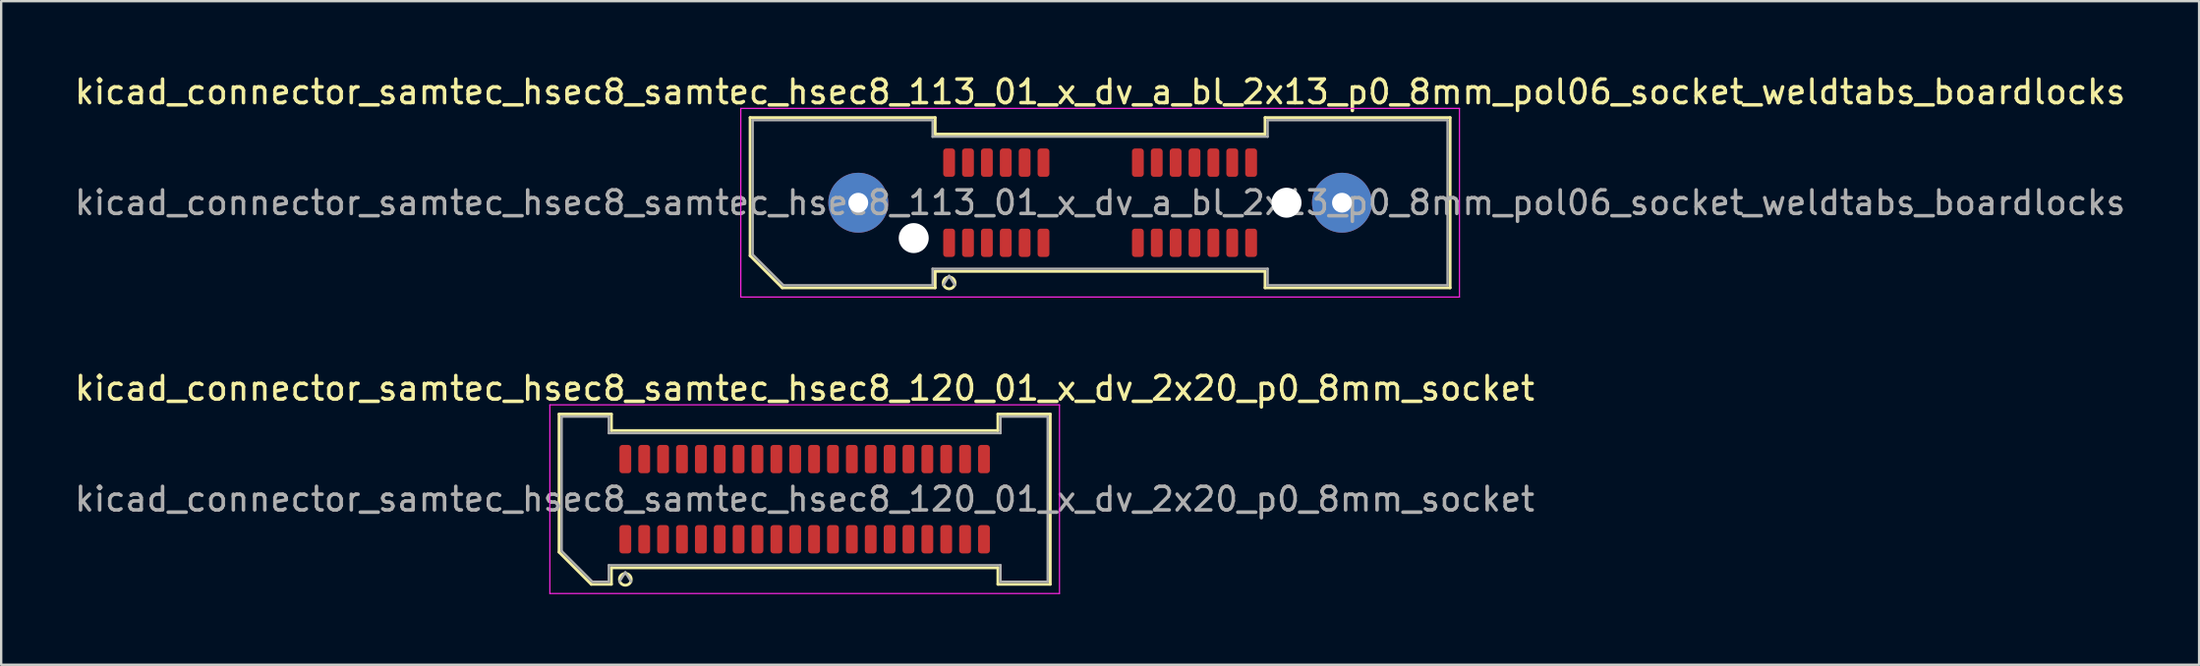
<source format=kicad_pcb>
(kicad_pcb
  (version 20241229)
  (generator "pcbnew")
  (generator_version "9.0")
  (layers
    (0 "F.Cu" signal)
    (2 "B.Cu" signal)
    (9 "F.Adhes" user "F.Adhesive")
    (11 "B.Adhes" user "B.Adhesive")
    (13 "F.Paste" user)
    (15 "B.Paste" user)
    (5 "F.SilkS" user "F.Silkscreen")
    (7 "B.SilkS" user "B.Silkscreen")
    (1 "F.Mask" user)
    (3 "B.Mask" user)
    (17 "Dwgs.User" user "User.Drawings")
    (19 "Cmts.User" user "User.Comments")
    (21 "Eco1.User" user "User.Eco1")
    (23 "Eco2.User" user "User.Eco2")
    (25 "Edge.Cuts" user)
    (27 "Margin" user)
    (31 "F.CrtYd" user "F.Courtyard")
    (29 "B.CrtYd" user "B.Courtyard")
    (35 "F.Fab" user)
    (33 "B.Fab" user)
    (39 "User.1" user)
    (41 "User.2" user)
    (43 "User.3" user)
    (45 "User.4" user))
  (footprint "kicad_connector_samtec_hsec8_samtec_hsec8_120_01_x_dv_2x20_p0_8mm_socket"
    (layer "F.Cu")
    (at 31.054 18.122)
    (property "Reference" "kicad_connector_samtec_hsec8_samtec_hsec8_120_01_x_dv_2x20_p0_8mm_socket" (at 0 -4.7 0) (layer "F.SilkS") (effects (font (size 1 1) (thickness 0.15))))
    (attr smd)
    (fp_line (start -10.41 -3.61) (end -8.19 -3.61) (stroke (width 0.12) (type solid)) (layer "F.SilkS"))
    (fp_line (start -10.41 2.246) (end -10.41 -3.61) (stroke (width 0.12) (type solid)) (layer "F.SilkS"))
    (fp_line (start -9.046 3.61) (end -10.41 2.246) (stroke (width 0.12) (type solid)) (layer "F.SilkS"))
    (fp_line (start -8.19 -3.61) (end -8.19 -2.91) (stroke (width 0.12) (type solid)) (layer "F.SilkS"))
    (fp_line (start -8.19 -2.91) (end 8.19 -2.91) (stroke (width 0.12) (type solid)) (layer "F.SilkS"))
    (fp_line (start -8.19 2.91) (end -8.19 3.61) (stroke (width 0.12) (type solid)) (layer "F.SilkS"))
    (fp_line (start -8.19 3.61) (end -9.046 3.61) (stroke (width 0.12) (type solid)) (layer "F.SilkS"))
    (fp_line (start 8.19 -3.61) (end 10.41 -3.61) (stroke (width 0.12) (type solid)) (layer "F.SilkS"))
    (fp_line (start 8.19 -2.91) (end 8.19 -3.61) (stroke (width 0.12) (type solid)) (layer "F.SilkS"))
    (fp_line (start 8.19 2.91) (end -8.19 2.91) (stroke (width 0.12) (type solid)) (layer "F.SilkS"))
    (fp_line (start 8.19 3.61) (end 8.19 2.91) (stroke (width 0.12) (type solid)) (layer "F.SilkS"))
    (fp_line (start 10.41 -3.61) (end 10.41 3.61) (stroke (width 0.12) (type solid)) (layer "F.SilkS"))
    (fp_line (start 10.41 3.61) (end 8.19 3.61) (stroke (width 0.12) (type solid)) (layer "F.SilkS"))
    (fp_arc (start -7.35 3.4) (mid -7.85 3.4) (end -7.35 3.4) (stroke (width 0.12) (type solid)) (layer "F.SilkS"))
    (fp_line (start -10.8 -4) (end -10.8 4) (stroke (width 0.05) (type solid)) (layer "F.CrtYd"))
    (fp_line (start -10.8 4) (end 10.8 4) (stroke (width 0.05) (type solid)) (layer "F.CrtYd"))
    (fp_line (start 10.8 -4) (end -10.8 -4) (stroke (width 0.05) (type solid)) (layer "F.CrtYd"))
    (fp_line (start 10.8 4) (end 10.8 -4) (stroke (width 0.05) (type solid)) (layer "F.CrtYd"))
    (fp_line (start -10.3 -3.5) (end -8.3 -3.5) (stroke (width 0.1) (type solid)) (layer "F.Fab"))
    (fp_line (start -10.3 2.2) (end -10.3 -3.5) (stroke (width 0.1) (type solid)) (layer "F.Fab"))
    (fp_line (start -9 3.5) (end -10.3 2.2) (stroke (width 0.1) (type solid)) (layer "F.Fab"))
    (fp_line (start -8.3 -3.5) (end -8.3 -2.8) (stroke (width 0.1) (type solid)) (layer "F.Fab"))
    (fp_line (start -8.3 -2.8) (end 8.3 -2.8) (stroke (width 0.1) (type solid)) (layer "F.Fab"))
    (fp_line (start -8.3 2.8) (end -8.3 3.5) (stroke (width 0.1) (type solid)) (layer "F.Fab"))
    (fp_line (start -8.3 3.5) (end -9 3.5) (stroke (width 0.1) (type solid)) (layer "F.Fab"))
    (fp_line (start -7.6 3.1) (end -7.85 3.5) (stroke (width 0.1) (type solid)) (layer "F.Fab"))
    (fp_line (start -7.6 3.1) (end -7.35 3.5) (stroke (width 0.1) (type solid)) (layer "F.Fab"))
    (fp_line (start 8.3 -3.5) (end 10.3 -3.5) (stroke (width 0.1) (type solid)) (layer "F.Fab"))
    (fp_line (start 8.3 -2.8) (end 8.3 -3.5) (stroke (width 0.1) (type solid)) (layer "F.Fab"))
    (fp_line (start 8.3 2.8) (end -8.3 2.8) (stroke (width 0.1) (type solid)) (layer "F.Fab"))
    (fp_line (start 8.3 3.5) (end 8.3 2.8) (stroke (width 0.1) (type solid)) (layer "F.Fab"))
    (fp_line (start 10.3 -3.5) (end 10.3 3.5) (stroke (width 0.1) (type solid)) (layer "F.Fab"))
    (fp_line (start 10.3 3.5) (end 8.3 3.5) (stroke (width 0.1) (type solid)) (layer "F.Fab"))
    (fp_text user "${REFERENCE}" (at 0 0 0) (layer "F.Fab") (effects (font (size 1 1) (thickness 0.15))))
    (pad "1" smd roundrect (at -7.6 1.7) (size 0.5 1.2) (layers "F.Cu" "F.Mask" "F.Paste") (roundrect_rratio 0.25))
    (pad "2" smd roundrect (at -7.6 -1.7) (size 0.5 1.2) (layers "F.Cu" "F.Mask" "F.Paste") (roundrect_rratio 0.25))
    (pad "3" smd roundrect (at -6.8 1.7) (size 0.5 1.2) (layers "F.Cu" "F.Mask" "F.Paste") (roundrect_rratio 0.25))
    (pad "4" smd roundrect (at -6.8 -1.7) (size 0.5 1.2) (layers "F.Cu" "F.Mask" "F.Paste") (roundrect_rratio 0.25))
    (pad "5" smd roundrect (at -6 1.7) (size 0.5 1.2) (layers "F.Cu" "F.Mask" "F.Paste") (roundrect_rratio 0.25))
    (pad "6" smd roundrect (at -6 -1.7) (size 0.5 1.2) (layers "F.Cu" "F.Mask" "F.Paste") (roundrect_rratio 0.25))
    (pad "7" smd roundrect (at -5.2 1.7) (size 0.5 1.2) (layers "F.Cu" "F.Mask" "F.Paste") (roundrect_rratio 0.25))
    (pad "8" smd roundrect (at -5.2 -1.7) (size 0.5 1.2) (layers "F.Cu" "F.Mask" "F.Paste") (roundrect_rratio 0.25))
    (pad "9" smd roundrect (at -4.4 1.7) (size 0.5 1.2) (layers "F.Cu" "F.Mask" "F.Paste") (roundrect_rratio 0.25))
    (pad "10" smd roundrect (at -4.4 -1.7) (size 0.5 1.2) (layers "F.Cu" "F.Mask" "F.Paste") (roundrect_rratio 0.25))
    (pad "11" smd roundrect (at -3.6 1.7) (size 0.5 1.2) (layers "F.Cu" "F.Mask" "F.Paste") (roundrect_rratio 0.25))
    (pad "12" smd roundrect (at -3.6 -1.7) (size 0.5 1.2) (layers "F.Cu" "F.Mask" "F.Paste") (roundrect_rratio 0.25))
    (pad "13" smd roundrect (at -2.8 1.7) (size 0.5 1.2) (layers "F.Cu" "F.Mask" "F.Paste") (roundrect_rratio 0.25))
    (pad "14" smd roundrect (at -2.8 -1.7) (size 0.5 1.2) (layers "F.Cu" "F.Mask" "F.Paste") (roundrect_rratio 0.25))
    (pad "15" smd roundrect (at -2 1.7) (size 0.5 1.2) (layers "F.Cu" "F.Mask" "F.Paste") (roundrect_rratio 0.25))
    (pad "16" smd roundrect (at -2 -1.7) (size 0.5 1.2) (layers "F.Cu" "F.Mask" "F.Paste") (roundrect_rratio 0.25))
    (pad "17" smd roundrect (at -1.2 1.7) (size 0.5 1.2) (layers "F.Cu" "F.Mask" "F.Paste") (roundrect_rratio 0.25))
    (pad "18" smd roundrect (at -1.2 -1.7) (size 0.5 1.2) (layers "F.Cu" "F.Mask" "F.Paste") (roundrect_rratio 0.25))
    (pad "19" smd roundrect (at -0.4 1.7) (size 0.5 1.2) (layers "F.Cu" "F.Mask" "F.Paste") (roundrect_rratio 0.25))
    (pad "20" smd roundrect (at -0.4 -1.7) (size 0.5 1.2) (layers "F.Cu" "F.Mask" "F.Paste") (roundrect_rratio 0.25))
    (pad "21" smd roundrect (at 0.4 1.7) (size 0.5 1.2) (layers "F.Cu" "F.Mask" "F.Paste") (roundrect_rratio 0.25))
    (pad "22" smd roundrect (at 0.4 -1.7) (size 0.5 1.2) (layers "F.Cu" "F.Mask" "F.Paste") (roundrect_rratio 0.25))
    (pad "23" smd roundrect (at 1.2 1.7) (size 0.5 1.2) (layers "F.Cu" "F.Mask" "F.Paste") (roundrect_rratio 0.25))
    (pad "24" smd roundrect (at 1.2 -1.7) (size 0.5 1.2) (layers "F.Cu" "F.Mask" "F.Paste") (roundrect_rratio 0.25))
    (pad "25" smd roundrect (at 2 1.7) (size 0.5 1.2) (layers "F.Cu" "F.Mask" "F.Paste") (roundrect_rratio 0.25))
    (pad "26" smd roundrect (at 2 -1.7) (size 0.5 1.2) (layers "F.Cu" "F.Mask" "F.Paste") (roundrect_rratio 0.25))
    (pad "27" smd roundrect (at 2.8 1.7) (size 0.5 1.2) (layers "F.Cu" "F.Mask" "F.Paste") (roundrect_rratio 0.25))
    (pad "28" smd roundrect (at 2.8 -1.7) (size 0.5 1.2) (layers "F.Cu" "F.Mask" "F.Paste") (roundrect_rratio 0.25))
    (pad "29" smd roundrect (at 3.6 1.7) (size 0.5 1.2) (layers "F.Cu" "F.Mask" "F.Paste") (roundrect_rratio 0.25))
    (pad "30" smd roundrect (at 3.6 -1.7) (size 0.5 1.2) (layers "F.Cu" "F.Mask" "F.Paste") (roundrect_rratio 0.25))
    (pad "31" smd roundrect (at 4.4 1.7) (size 0.5 1.2) (layers "F.Cu" "F.Mask" "F.Paste") (roundrect_rratio 0.25))
    (pad "32" smd roundrect (at 4.4 -1.7) (size 0.5 1.2) (layers "F.Cu" "F.Mask" "F.Paste") (roundrect_rratio 0.25))
    (pad "33" smd roundrect (at 5.2 1.7) (size 0.5 1.2) (layers "F.Cu" "F.Mask" "F.Paste") (roundrect_rratio 0.25))
    (pad "34" smd roundrect (at 5.2 -1.7) (size 0.5 1.2) (layers "F.Cu" "F.Mask" "F.Paste") (roundrect_rratio 0.25))
    (pad "35" smd roundrect (at 6 1.7) (size 0.5 1.2) (layers "F.Cu" "F.Mask" "F.Paste") (roundrect_rratio 0.25))
    (pad "36" smd roundrect (at 6 -1.7) (size 0.5 1.2) (layers "F.Cu" "F.Mask" "F.Paste") (roundrect_rratio 0.25))
    (pad "37" smd roundrect (at 6.8 1.7) (size 0.5 1.2) (layers "F.Cu" "F.Mask" "F.Paste") (roundrect_rratio 0.25))
    (pad "38" smd roundrect (at 6.8 -1.7) (size 0.5 1.2) (layers "F.Cu" "F.Mask" "F.Paste") (roundrect_rratio 0.25))
    (pad "39" smd roundrect (at 7.6 1.7) (size 0.5 1.2) (layers "F.Cu" "F.Mask" "F.Paste") (roundrect_rratio 0.25))
    (pad "40" smd roundrect (at 7.6 -1.7) (size 0.5 1.2) (layers "F.Cu" "F.Mask" "F.Paste") (roundrect_rratio 0.25)))
  (footprint "kicad_connector_samtec_hsec8_samtec_hsec8_113_01_x_dv_a_bl_2x13_p0_8mm_pol06_socket_weldtabs_boardlocks"
    (layer "F.Cu")
    (at 43.577 5.548)
    (property "Reference" "kicad_connector_samtec_hsec8_samtec_hsec8_113_01_x_dv_a_bl_2x13_p0_8mm_pol06_socket_weldtabs_boardlocks" (at 0 -4.7 0) (layer "F.SilkS") (effects (font (size 1 1) (thickness 0.15))))
    (attr smd)
    (fp_line (start -14.835 -3.61) (end -6.99 -3.61) (stroke (width 0.12) (type solid)) (layer "F.SilkS"))
    (fp_line (start -14.835 2.246) (end -14.835 -3.61) (stroke (width 0.12) (type solid)) (layer "F.SilkS"))
    (fp_line (start -13.471 3.61) (end -14.835 2.246) (stroke (width 0.12) (type solid)) (layer "F.SilkS"))
    (fp_line (start -6.99 -3.61) (end -6.99 -2.91) (stroke (width 0.12) (type solid)) (layer "F.SilkS"))
    (fp_line (start -6.99 -2.91) (end 6.99 -2.91) (stroke (width 0.12) (type solid)) (layer "F.SilkS"))
    (fp_line (start -6.99 2.91) (end -6.99 3.61) (stroke (width 0.12) (type solid)) (layer "F.SilkS"))
    (fp_line (start -6.99 3.61) (end -13.471 3.61) (stroke (width 0.12) (type solid)) (layer "F.SilkS"))
    (fp_line (start 6.99 -3.61) (end 14.835 -3.61) (stroke (width 0.12) (type solid)) (layer "F.SilkS"))
    (fp_line (start 6.99 -2.91) (end 6.99 -3.61) (stroke (width 0.12) (type solid)) (layer "F.SilkS"))
    (fp_line (start 6.99 2.91) (end -6.99 2.91) (stroke (width 0.12) (type solid)) (layer "F.SilkS"))
    (fp_line (start 6.99 3.61) (end 6.99 2.91) (stroke (width 0.12) (type solid)) (layer "F.SilkS"))
    (fp_line (start 14.835 -3.61) (end 14.835 3.61) (stroke (width 0.12) (type solid)) (layer "F.SilkS"))
    (fp_line (start 14.835 3.61) (end 6.99 3.61) (stroke (width 0.12) (type solid)) (layer "F.SilkS"))
    (fp_circle (center -6.4 3.4) (end -6.15 3.4) (stroke (width 0.12) (type solid)) (fill no) (layer "F.SilkS"))
    (fp_line (start -15.23 -4) (end -15.23 4) (stroke (width 0.05) (type solid)) (layer "F.CrtYd"))
    (fp_line (start -15.23 4) (end 15.23 4) (stroke (width 0.05) (type solid)) (layer "F.CrtYd"))
    (fp_line (start 15.23 -4) (end -15.23 -4) (stroke (width 0.05) (type solid)) (layer "F.CrtYd"))
    (fp_line (start 15.23 4) (end 15.23 -4) (stroke (width 0.05) (type solid)) (layer "F.CrtYd"))
    (fp_line (start -14.725 -3.5) (end -7.1 -3.5) (stroke (width 0.1) (type solid)) (layer "F.Fab"))
    (fp_line (start -14.725 2.2) (end -14.725 -3.5) (stroke (width 0.1) (type solid)) (layer "F.Fab"))
    (fp_line (start -13.425 3.5) (end -14.725 2.2) (stroke (width 0.1) (type solid)) (layer "F.Fab"))
    (fp_line (start -7.1 -3.5) (end -7.1 -2.8) (stroke (width 0.1) (type solid)) (layer "F.Fab"))
    (fp_line (start -7.1 -2.8) (end 7.1 -2.8) (stroke (width 0.1) (type solid)) (layer "F.Fab"))
    (fp_line (start -7.1 2.8) (end -7.1 3.5) (stroke (width 0.1) (type solid)) (layer "F.Fab"))
    (fp_line (start -7.1 3.5) (end -13.425 3.5) (stroke (width 0.1) (type solid)) (layer "F.Fab"))
    (fp_line (start -6.4 3.1) (end -6.65 3.5) (stroke (width 0.1) (type solid)) (layer "F.Fab"))
    (fp_line (start -6.4 3.1) (end -6.15 3.5) (stroke (width 0.1) (type solid)) (layer "F.Fab"))
    (fp_line (start 7.1 -3.5) (end 14.725 -3.5) (stroke (width 0.1) (type solid)) (layer "F.Fab"))
    (fp_line (start 7.1 -2.8) (end 7.1 -3.5) (stroke (width 0.1) (type solid)) (layer "F.Fab"))
    (fp_line (start 7.1 2.8) (end -7.1 2.8) (stroke (width 0.1) (type solid)) (layer "F.Fab"))
    (fp_line (start 7.1 3.5) (end 7.1 2.8) (stroke (width 0.1) (type solid)) (layer "F.Fab"))
    (fp_line (start 14.725 -3.5) (end 14.725 3.5) (stroke (width 0.1) (type solid)) (layer "F.Fab"))
    (fp_line (start 14.725 3.5) (end 7.1 3.5) (stroke (width 0.1) (type solid)) (layer "F.Fab"))
    (fp_text user "${REFERENCE}" (at 0 0 0) (layer "F.Fab") (effects (font (size 1 1) (thickness 0.15))))
    (pad "" thru_hole circle (at -10.25 0) (size 2.54 2.54) (drill 0.84) (layers "*.Cu" "*.Mask" "F.Paste"))
    (pad "" np_thru_hole circle (at -7.9 1.5) (size 1.27 1.27) (drill 1.27) (layers "*.Cu" "*.Mask"))
    (pad "" np_thru_hole circle (at 7.9 0) (size 1.27 1.27) (drill 1.27) (layers "*.Cu" "*.Mask"))
    (pad "" thru_hole circle (at 10.25 0) (size 2.54 2.54) (drill 0.84) (layers "*.Cu" "*.Mask" "F.Paste"))
    (pad "1" smd roundrect (at -6.4 1.7) (size 0.5 1.2) (layers "F.Cu" "F.Mask" "F.Paste") (roundrect_rratio 0.25))
    (pad "2" smd roundrect (at -6.4 -1.7) (size 0.5 1.2) (layers "F.Cu" "F.Mask" "F.Paste") (roundrect_rratio 0.25))
    (pad "3" smd roundrect (at -5.6 1.7) (size 0.5 1.2) (layers "F.Cu" "F.Mask" "F.Paste") (roundrect_rratio 0.25))
    (pad "4" smd roundrect (at -5.6 -1.7) (size 0.5 1.2) (layers "F.Cu" "F.Mask" "F.Paste") (roundrect_rratio 0.25))
    (pad "5" smd roundrect (at -4.8 1.7) (size 0.5 1.2) (layers "F.Cu" "F.Mask" "F.Paste") (roundrect_rratio 0.25))
    (pad "6" smd roundrect (at -4.8 -1.7) (size 0.5 1.2) (layers "F.Cu" "F.Mask" "F.Paste") (roundrect_rratio 0.25))
    (pad "7" smd roundrect (at -4 1.7) (size 0.5 1.2) (layers "F.Cu" "F.Mask" "F.Paste") (roundrect_rratio 0.25))
    (pad "8" smd roundrect (at -4 -1.7) (size 0.5 1.2) (layers "F.Cu" "F.Mask" "F.Paste") (roundrect_rratio 0.25))
    (pad "9" smd roundrect (at -3.2 1.7) (size 0.5 1.2) (layers "F.Cu" "F.Mask" "F.Paste") (roundrect_rratio 0.25))
    (pad "10" smd roundrect (at -3.2 -1.7) (size 0.5 1.2) (layers "F.Cu" "F.Mask" "F.Paste") (roundrect_rratio 0.25))
    (pad "11" smd roundrect (at -2.4 1.7) (size 0.5 1.2) (layers "F.Cu" "F.Mask" "F.Paste") (roundrect_rratio 0.25))
    (pad "12" smd roundrect (at -2.4 -1.7) (size 0.5 1.2) (layers "F.Cu" "F.Mask" "F.Paste") (roundrect_rratio 0.25))
    (pad "13" smd roundrect (at 1.6 1.7) (size 0.5 1.2) (layers "F.Cu" "F.Mask" "F.Paste") (roundrect_rratio 0.25))
    (pad "14" smd roundrect (at 1.6 -1.7) (size 0.5 1.2) (layers "F.Cu" "F.Mask" "F.Paste") (roundrect_rratio 0.25))
    (pad "15" smd roundrect (at 2.4 1.7) (size 0.5 1.2) (layers "F.Cu" "F.Mask" "F.Paste") (roundrect_rratio 0.25))
    (pad "16" smd roundrect (at 2.4 -1.7) (size 0.5 1.2) (layers "F.Cu" "F.Mask" "F.Paste") (roundrect_rratio 0.25))
    (pad "17" smd roundrect (at 3.2 1.7) (size 0.5 1.2) (layers "F.Cu" "F.Mask" "F.Paste") (roundrect_rratio 0.25))
    (pad "18" smd roundrect (at 3.2 -1.7) (size 0.5 1.2) (layers "F.Cu" "F.Mask" "F.Paste") (roundrect_rratio 0.25))
    (pad "19" smd roundrect (at 4 1.7) (size 0.5 1.2) (layers "F.Cu" "F.Mask" "F.Paste") (roundrect_rratio 0.25))
    (pad "20" smd roundrect (at 4 -1.7) (size 0.5 1.2) (layers "F.Cu" "F.Mask" "F.Paste") (roundrect_rratio 0.25))
    (pad "21" smd roundrect (at 4.8 1.7) (size 0.5 1.2) (layers "F.Cu" "F.Mask" "F.Paste") (roundrect_rratio 0.25))
    (pad "22" smd roundrect (at 4.8 -1.7) (size 0.5 1.2) (layers "F.Cu" "F.Mask" "F.Paste") (roundrect_rratio 0.25))
    (pad "23" smd roundrect (at 5.6 1.7) (size 0.5 1.2) (layers "F.Cu" "F.Mask" "F.Paste") (roundrect_rratio 0.25))
    (pad "24" smd roundrect (at 5.6 -1.7) (size 0.5 1.2) (layers "F.Cu" "F.Mask" "F.Paste") (roundrect_rratio 0.25))
    (pad "25" smd roundrect (at 6.4 1.7) (size 0.5 1.2) (layers "F.Cu" "F.Mask" "F.Paste") (roundrect_rratio 0.25))
    (pad "26" smd roundrect (at 6.4 -1.7) (size 0.5 1.2) (layers "F.Cu" "F.Mask" "F.Paste") (roundrect_rratio 0.25)))
  (gr_rect
    (start -3 -3)
    (end 90.155 25.146)
    (stroke (width 0.1) (type default))
    (fill no)
    (layer "Edge.Cuts")))
</source>
